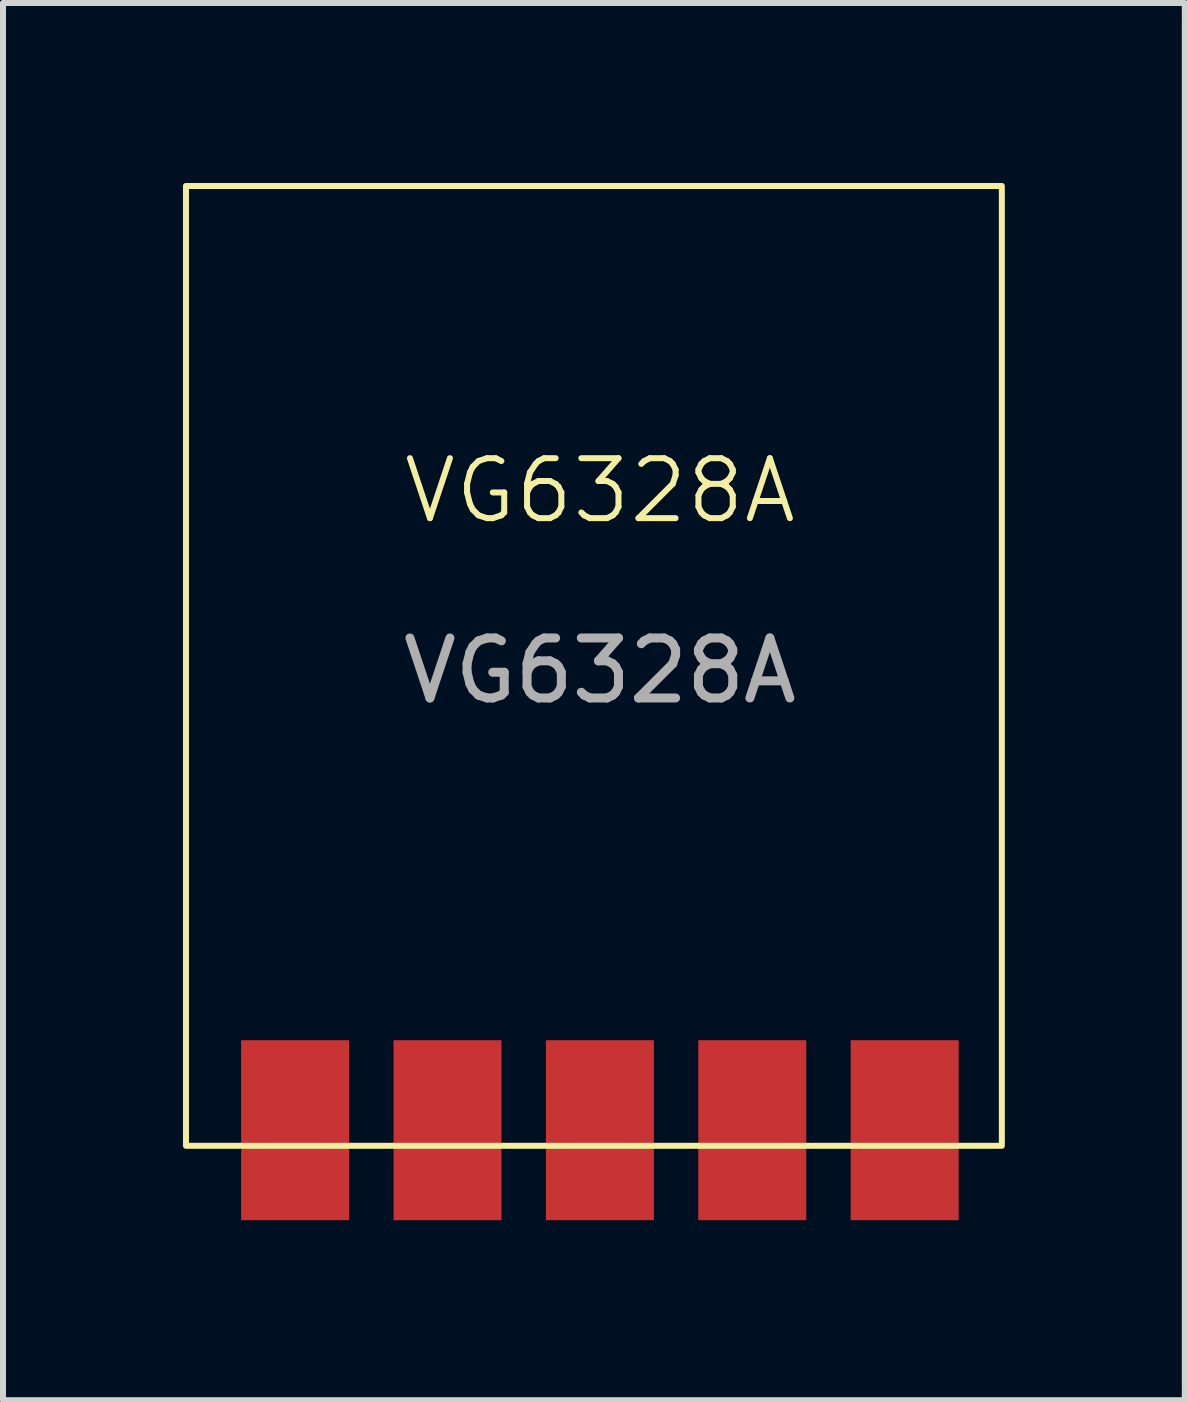
<source format=kicad_pcb>
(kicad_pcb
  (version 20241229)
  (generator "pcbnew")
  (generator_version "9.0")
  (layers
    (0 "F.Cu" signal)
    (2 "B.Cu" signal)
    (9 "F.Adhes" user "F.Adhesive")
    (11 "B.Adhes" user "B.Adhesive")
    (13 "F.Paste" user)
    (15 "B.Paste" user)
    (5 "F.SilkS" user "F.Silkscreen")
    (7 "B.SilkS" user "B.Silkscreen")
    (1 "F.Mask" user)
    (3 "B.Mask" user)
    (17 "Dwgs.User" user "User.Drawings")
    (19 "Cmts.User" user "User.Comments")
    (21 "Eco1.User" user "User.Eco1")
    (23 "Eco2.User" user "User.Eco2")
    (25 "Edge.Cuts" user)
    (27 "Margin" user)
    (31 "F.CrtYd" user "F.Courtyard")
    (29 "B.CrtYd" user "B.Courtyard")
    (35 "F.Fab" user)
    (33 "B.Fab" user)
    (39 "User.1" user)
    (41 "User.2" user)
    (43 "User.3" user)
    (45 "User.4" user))
  (footprint "VG6328A"
    (layer "F.Cu")
    (at 6.95 5.63)
    (property "Reference" "VG6328A" (at 0 -0.5 0) (unlocked yes) (layer "F.SilkS") (effects (font (size 1 1) (thickness 0.1))))
    (attr smd)
    (fp_rect (start -6.9 -5.58) (end 6.7 10.42) (stroke (width 0.1) (type default)) (fill no) (layer "F.SilkS"))
    (fp_text user "${REFERENCE}" (at 0 2.5 0) (unlocked yes) (layer "F.Fab") (effects (font (size 1 1) (thickness 0.15))))
    (pad "1" smd rect (at -5.08 10.16) (size 1.8 3) (layers "F.Cu" "F.Mask" "F.Paste"))
    (pad "2" smd rect (at -2.54 10.16) (size 1.8 3) (layers "F.Cu" "F.Mask" "F.Paste"))
    (pad "3" smd rect (at 0 10.16) (size 1.8 3) (layers "F.Cu" "F.Mask" "F.Paste"))
    (pad "4" smd rect (at 2.54 10.16) (size 1.8 3) (layers "F.Cu" "F.Mask" "F.Paste"))
    (pad "5" smd rect (at 5.08 10.16) (size 1.8 3) (layers "F.Cu" "F.Mask" "F.Paste"))
    (zone (net_name "") (layers "F.Cu" "B.Cu" "F.SilkS") (hatch edge 0.5) (connect_pads) (min_thickness 0.25) (filled_areas_thickness no) (keepout (tracks not_allowed) (vias not_allowed) (pads not_allowed) (copperpour not_allowed) (footprints not_allowed)) (placement (enabled no)) (fill) (polygon (pts (xy 0.05 0.05) (xy 13.65 0.05) (xy 13.65 8.05) (xy 0.05 8.05)))))
  (gr_rect
    (start -3 -3)
    (end 16.7 20.29)
    (stroke (width 0.1) (type default))
    (fill no)
    (layer "Edge.Cuts")))
</source>
